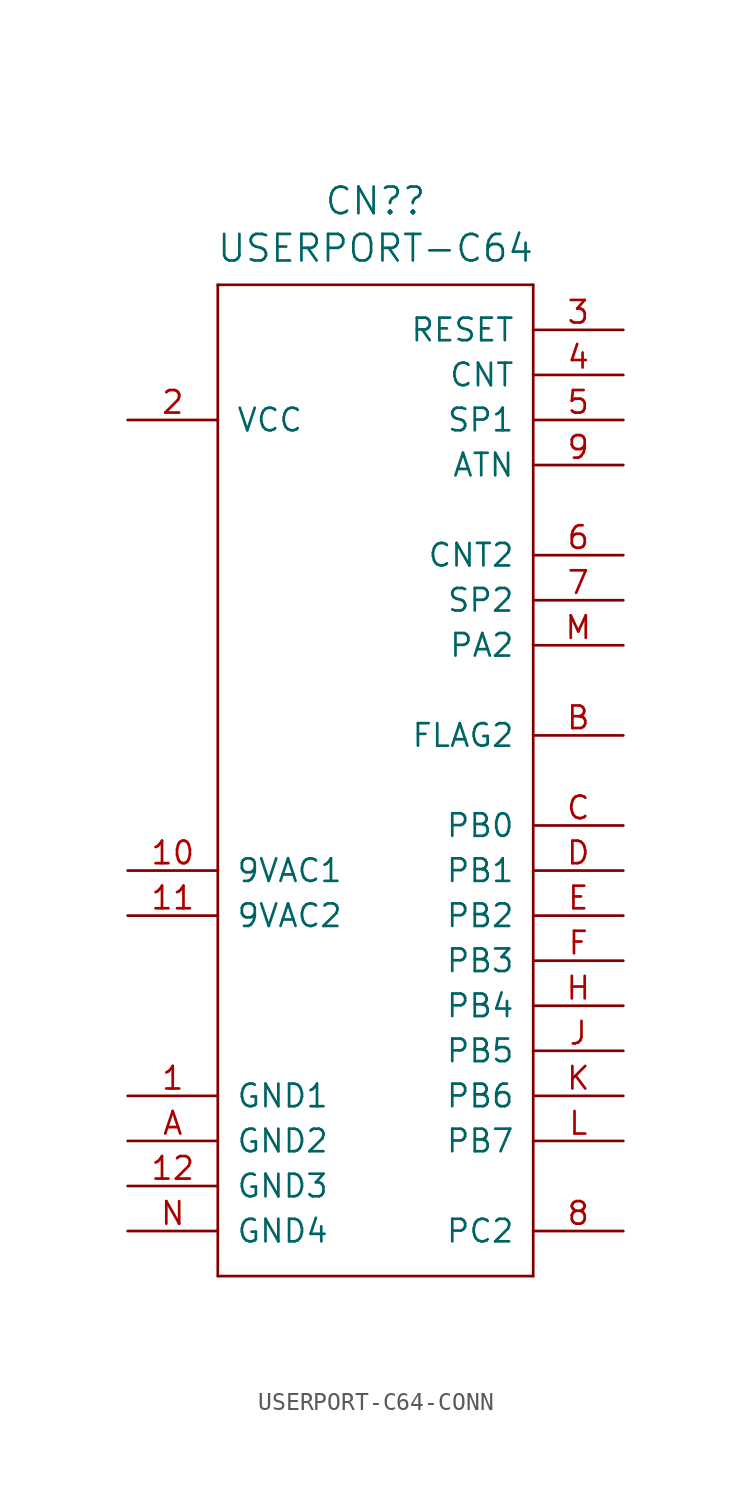
<source format=kicad_sym>
(kicad_symbol_lib
  (version 20231120)
  (generator "kicad_symbol_editor")
  (generator_version "8.0")
  (symbol "USERPORT-C64-CONN"
    (pin_names
      (offset 1.016))
    (property "Reference" "CN?"
      (at -1.27 32.664 0)
      (effects (font (size 1.499 1.499))))
    (property "Value" "USERPORT-C64"
      (at -1.27 29.997 0)
      (effects (font (size 1.499 1.499))))
    (symbol "USERPORT-C64-CONN_1_0"
      (polyline (pts (xy -10.16 -27.94) (xy -10.16 27.94)) (stroke (width 0) (type default)) (fill (type none)))
      (polyline (pts (xy -10.16 27.94) (xy 7.62 27.94)) (stroke (width 0) (type default)) (fill (type none)))
      (polyline (pts (xy 7.62 -27.94) (xy -10.16 -27.94)) (stroke (width 0) (type default)) (fill (type none)))
      (polyline (pts (xy 7.62 27.94) (xy 7.62 -27.94)) (stroke (width 0) (type default)) (fill (type none)))
      (pin power_in line (at -15.24 -17.78 0) (length 5.08) (name "GND1" (effects (font (size 1.27 1.27)))) (number "1" (effects (font (size 1.27 1.27)))))
      (pin power_out line (at -15.24 -5.08 0) (length 5.08) (name "9VAC1" (effects (font (size 1.27 1.27)))) (number "10" (effects (font (size 1.27 1.27)))))
      (pin power_out line (at -15.24 -7.62 0) (length 5.08) (name "9VAC2" (effects (font (size 1.27 1.27)))) (number "11" (effects (font (size 1.27 1.27)))))
      (pin power_in line (at -15.24 -22.86 0) (length 5.08) (name "GND3" (effects (font (size 1.27 1.27)))) (number "12" (effects (font (size 1.27 1.27)))))
      (pin power_out line (at -15.24 20.32 0) (length 5.08) (name "VCC" (effects (font (size 1.27 1.27)))) (number "2" (effects (font (size 1.27 1.27)))))
      (pin passive line (at 12.7 25.4 180) (length 5.08) (name "RESET" (effects (font (size 1.27 1.27)))) (number "3" (effects (font (size 1.27 1.27)))))
      (pin input line (at 12.7 22.86 180) (length 5.08) (name "CNT" (effects (font (size 1.27 1.27)))) (number "4" (effects (font (size 1.27 1.27)))))
      (pin bidirectional line (at 12.7 20.32 180) (length 5.08) (name "SP1" (effects (font (size 1.27 1.27)))) (number "5" (effects (font (size 1.27 1.27)))))
      (pin input line (at 12.7 12.7 180) (length 5.08) (name "CNT2" (effects (font (size 1.27 1.27)))) (number "6" (effects (font (size 1.27 1.27)))))
      (pin bidirectional line (at 12.7 10.16 180) (length 5.08) (name "SP2" (effects (font (size 1.27 1.27)))) (number "7" (effects (font (size 1.27 1.27)))))
      (pin output line (at 12.7 -25.4 180) (length 5.08) (name "PC2" (effects (font (size 1.27 1.27)))) (number "8" (effects (font (size 1.27 1.27)))))
      (pin output line (at 12.7 17.78 180) (length 5.08) (name "ATN" (effects (font (size 1.27 1.27)))) (number "9" (effects (font (size 1.27 1.27)))))
      (pin power_in line (at -15.24 -20.32 0) (length 5.08) (name "GND2" (effects (font (size 1.27 1.27)))) (number "A" (effects (font (size 1.27 1.27)))))
      (pin input line (at 12.7 2.54 180) (length 5.08) (name "FLAG2" (effects (font (size 1.27 1.27)))) (number "B" (effects (font (size 1.27 1.27)))))
      (pin bidirectional line (at 12.7 -2.54 180) (length 5.08) (name "PB0" (effects (font (size 1.27 1.27)))) (number "C" (effects (font (size 1.27 1.27)))))
      (pin bidirectional line (at 12.7 -5.08 180) (length 5.08) (name "PB1" (effects (font (size 1.27 1.27)))) (number "D" (effects (font (size 1.27 1.27)))))
      (pin bidirectional line (at 12.7 -7.62 180) (length 5.08) (name "PB2" (effects (font (size 1.27 1.27)))) (number "E" (effects (font (size 1.27 1.27)))))
      (pin bidirectional line (at 12.7 -10.16 180) (length 5.08) (name "PB3" (effects (font (size 1.27 1.27)))) (number "F" (effects (font (size 1.27 1.27)))))
      (pin bidirectional line (at 12.7 -12.7 180) (length 5.08) (name "PB4" (effects (font (size 1.27 1.27)))) (number "H" (effects (font (size 1.27 1.27)))))
      (pin bidirectional line (at 12.7 -15.24 180) (length 5.08) (name "PB5" (effects (font (size 1.27 1.27)))) (number "J" (effects (font (size 1.27 1.27)))))
      (pin bidirectional line (at 12.7 -17.78 180) (length 5.08) (name "PB6" (effects (font (size 1.27 1.27)))) (number "K" (effects (font (size 1.27 1.27)))))
      (pin bidirectional line (at 12.7 -20.32 180) (length 5.08) (name "PB7" (effects (font (size 1.27 1.27)))) (number "L" (effects (font (size 1.27 1.27)))))
      (pin bidirectional line (at 12.7 7.62 180) (length 5.08) (name "PA2" (effects (font (size 1.27 1.27)))) (number "M" (effects (font (size 1.27 1.27)))))
      (pin power_in line (at -15.24 -25.4 0) (length 5.08) (name "GND4" (effects (font (size 1.27 1.27)))) (number "N" (effects (font (size 1.27 1.27))))))))
</source>
